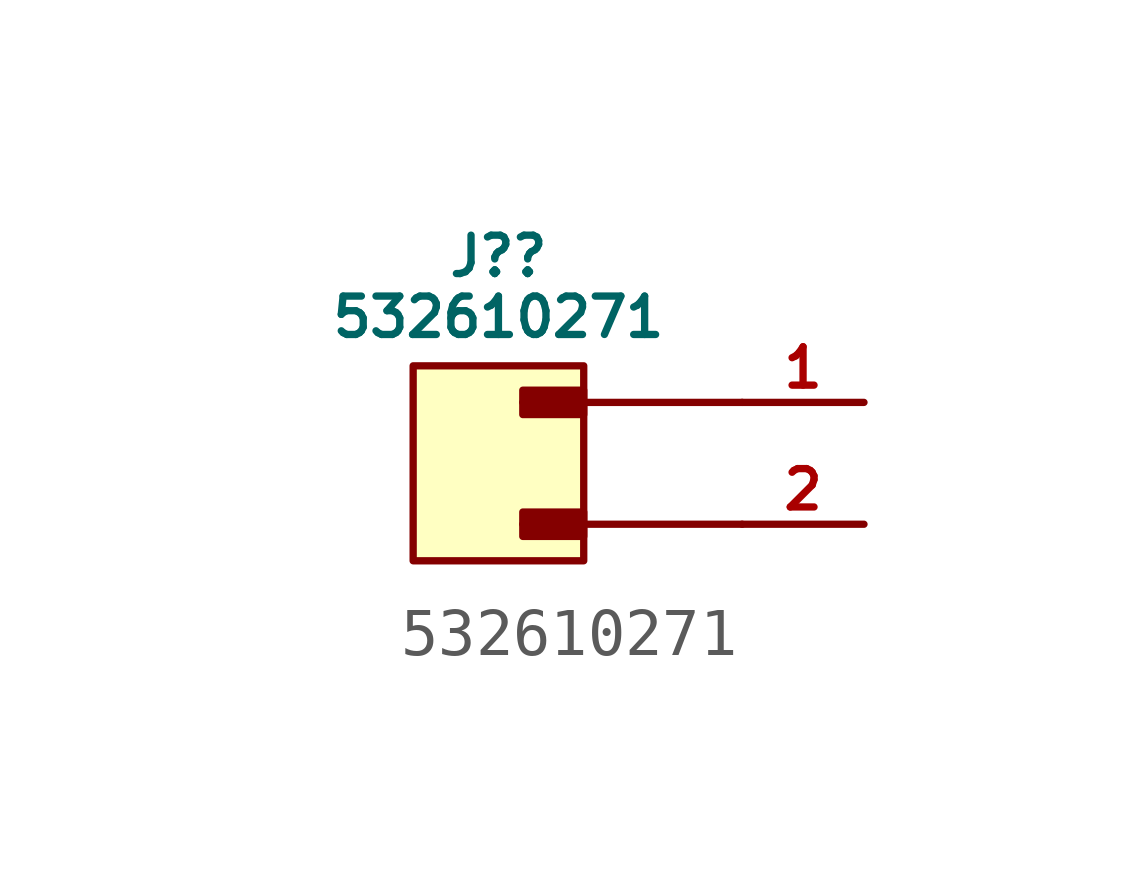
<source format=kicad_sym>
(kicad_symbol_lib
  (version 20231120)
  (generator "kicad_symbol_editor")
  (generator_version "8.0")
  (symbol "532610271"
    (pin_names
      (offset 0))
    (property "Reference" "J?"
      (at 0 4.318 0)
      (do_not_autoplace)
      (effects (font (size 0.8 0.8))))
    (property "Value" "532610271"
      (at 0 3.048 0)
      (do_not_autoplace)
      (effects (font (size 0.8 0.8))))
    (symbol "532610271_1_1"
      (rectangle (start -1.778 2.032) (end 1.778 -2.032) (stroke (width 0) (type default)) (fill (type background)))
      (polyline (pts (xy 0.508 -1.27) (xy 5.08 -1.27)) (stroke (width 0) (type solid)) (fill (type none)))
      (polyline (pts (xy 0.508 1.27) (xy 5.08 1.27)) (stroke (width 0) (type solid)) (fill (type none)))
      (rectangle (start 0.508 -1.016) (end 1.778 -1.524) (stroke (width 0) (type solid)) (fill (type outline)))
      (rectangle (start 0.508 1.524) (end 1.778 1.016) (stroke (width 0) (type solid)) (fill (type outline)))
      (pin passive line (at 7.62 1.27 180) (length 2.54) (name "" (effects (font (size 0.8 0.8)))) (number "1" (effects (font (size 0.8 0.8)))))
      (pin passive line (at 7.62 -1.27 180) (length 2.54) (name "" (effects (font (size 0.8 0.8)))) (number "2" (effects (font (size 0.8 0.8)))))
      (pin no_connect line (at -5.08 1.27 0) (length 2.54) hide (name "MNTF" (effects (font (size 0.8 0.8)))) (number "3" (effects (font (size 0.8 0.8)))))
      (pin no_connect line (at -5.08 -1.27 0) (length 2.54) hide (name "MNTS" (effects (font (size 0.8 0.8)))) (number "4" (effects (font (size 0.8 0.8))))))))
</source>
